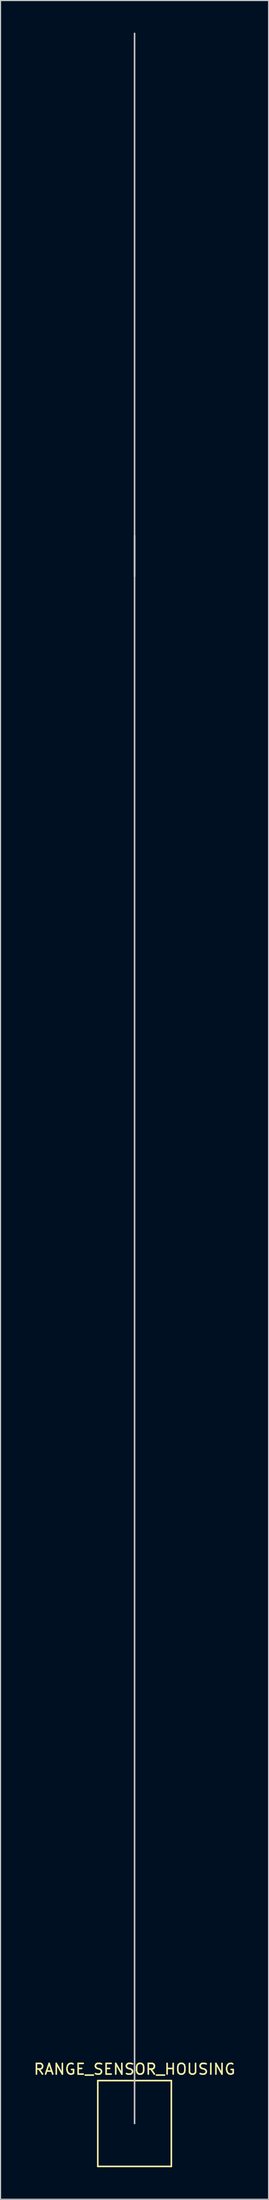
<source format=kicad_pcb>
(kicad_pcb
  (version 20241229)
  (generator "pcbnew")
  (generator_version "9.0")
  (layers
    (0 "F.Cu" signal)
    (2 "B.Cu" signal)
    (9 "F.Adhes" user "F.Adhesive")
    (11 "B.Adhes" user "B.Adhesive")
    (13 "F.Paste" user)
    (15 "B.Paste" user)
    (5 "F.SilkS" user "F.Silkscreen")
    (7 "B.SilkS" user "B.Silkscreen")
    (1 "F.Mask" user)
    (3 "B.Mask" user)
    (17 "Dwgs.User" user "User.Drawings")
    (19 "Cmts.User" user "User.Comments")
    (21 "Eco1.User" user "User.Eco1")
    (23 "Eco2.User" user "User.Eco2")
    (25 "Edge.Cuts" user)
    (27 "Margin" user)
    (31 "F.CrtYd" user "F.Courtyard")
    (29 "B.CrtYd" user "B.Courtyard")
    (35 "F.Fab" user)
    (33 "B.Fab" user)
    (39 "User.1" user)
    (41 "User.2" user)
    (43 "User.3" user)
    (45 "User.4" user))
  (footprint "RANGE_SENSOR_HOUSING"
    (layer "F.Cu")
    (at 9.554 195.655)
    (property "Reference" "RANGE_SENSOR_HOUSING" (at 0 -5.08 0) (layer "F.SilkS") (effects (font (size 1 1) (thickness 0.15))))
    (attr through_hole)
    (fp_line (start -3.445 -4.015) (end -3.445 4.015) (stroke (width 0.15) (type solid)) (layer "F.SilkS"))
    (fp_line (start -3.445 4.015) (end 3.445 4.015) (stroke (width 0.15) (type solid)) (layer "F.SilkS"))
    (fp_line (start 0 -144.78) (end 0 -148.59) (stroke (width 0.15) (type solid)) (layer "F.SilkS"))
    (fp_line (start 3.445 -4.015) (end -3.445 -4.015) (stroke (width 0.15) (type solid)) (layer "F.SilkS"))
    (fp_line (start 3.445 4.015) (end 3.445 -4.015) (stroke (width 0.15) (type solid)) (layer "F.SilkS"))
    (fp_line (start 0 0) (end 0 -195.58) (stroke (width 0.15) (type solid)) (layer "Dwgs.User")))
  (gr_rect
    (start -3 -3)
    (end 22.107 202.745)
    (stroke (width 0.1) (type default))
    (fill no)
    (layer "Edge.Cuts")))
</source>
